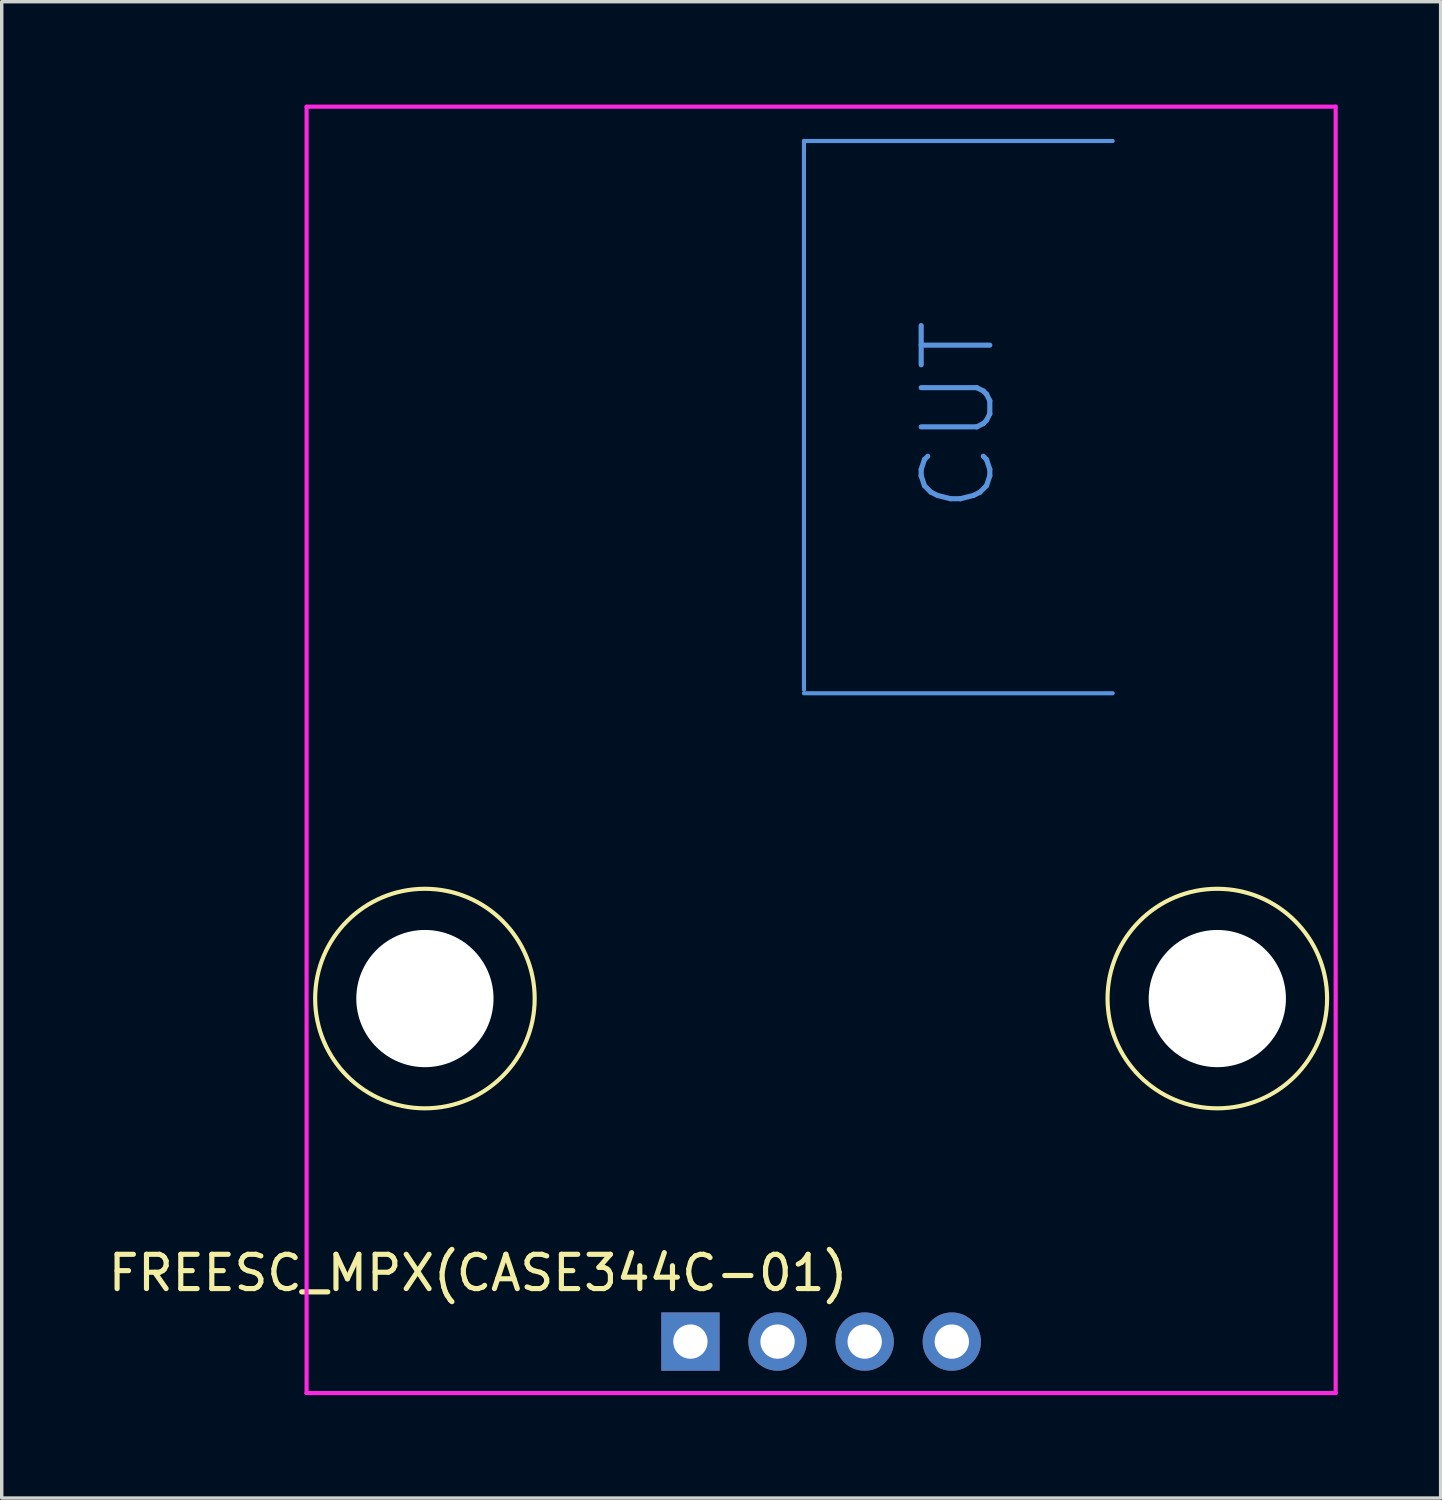
<source format=kicad_pcb>
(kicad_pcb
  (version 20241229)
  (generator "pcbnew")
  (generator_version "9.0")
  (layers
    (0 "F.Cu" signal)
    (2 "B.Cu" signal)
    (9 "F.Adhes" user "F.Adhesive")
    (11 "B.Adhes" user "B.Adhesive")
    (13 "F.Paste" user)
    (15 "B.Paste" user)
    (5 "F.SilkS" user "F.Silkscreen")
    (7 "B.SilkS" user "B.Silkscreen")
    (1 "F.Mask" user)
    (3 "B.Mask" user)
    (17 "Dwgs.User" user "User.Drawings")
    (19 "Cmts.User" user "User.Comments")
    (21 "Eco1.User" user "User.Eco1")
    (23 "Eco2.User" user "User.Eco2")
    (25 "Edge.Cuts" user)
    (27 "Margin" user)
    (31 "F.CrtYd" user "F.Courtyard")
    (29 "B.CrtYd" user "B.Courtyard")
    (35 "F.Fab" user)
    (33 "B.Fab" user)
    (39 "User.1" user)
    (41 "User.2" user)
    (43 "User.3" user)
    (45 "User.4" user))
  (footprint "FREESC_MPX(CASE344C-01)"
    (layer "F.Cu")
    (at 20.887 37.06)
    (property "Reference" "FREESC_MPX(CASE344C-01)" (at -10 -3 0) (layer "F.SilkS") (effects (font (size 1 1) (thickness 0.15))))
    (attr through_hole)
    (fp_circle (center -11.55 -11) (end -8.35 -11) (stroke (width 0.12) (type solid)) (fill no) (layer "F.SilkS"))
    (fp_circle (center 11.55 -11) (end 14.75 -11) (stroke (width 0.12) (type solid)) (fill no) (layer "F.SilkS"))
    (fp_line (start 8.5 -36) (end 8.5 -20) (stroke (width 0.12) (type solid)) (layer "B.Adhes"))
    (fp_line (start -0.5 -36) (end 8.5 -36) (stroke (width 0.12) (type solid)) (layer "Cmts.User"))
    (fp_line (start -0.5 -20) (end -0.5 -36) (stroke (width 0.12) (type solid)) (layer "Cmts.User"))
    (fp_line (start -0.5 -19.9) (end 8.5 -19.9) (stroke (width 0.12) (type solid)) (layer "Cmts.User"))
    (fp_line (start -15 -37) (end 15 -37) (stroke (width 0.12) (type solid)) (layer "F.CrtYd"))
    (fp_line (start -15 0.5) (end -15 -37) (stroke (width 0.12) (type solid)) (layer "F.CrtYd"))
    (fp_line (start 15 -37) (end 15 0.5) (stroke (width 0.12) (type solid)) (layer "F.CrtYd"))
    (fp_line (start 15 0.5) (end -15 0.5) (stroke (width 0.12) (type solid)) (layer "F.CrtYd"))
    (fp_text user "CUT" (at 4 -28 90) (layer "Cmts.User") (effects (font (size 2 2) (thickness 0.15))))
    (pad "" np_thru_hole circle (at -11.55 -11) (size 4 4) (drill 4) (layers "*.Cu" "*.Mask"))
    (pad "" np_thru_hole circle (at 11.55 -11) (size 4 4) (drill 4) (layers "*.Cu" "*.Mask"))
    (pad "1" thru_hole rect (at -3.81 -1) (size 1.7 1.7) (drill 1) (layers "*.Cu" "*.Mask"))
    (pad "2" thru_hole oval (at -1.27 -1) (size 1.7 1.7) (drill 1) (layers "*.Cu" "*.Mask"))
    (pad "3" thru_hole oval (at 1.27 -1) (size 1.7 1.7) (drill 1) (layers "*.Cu" "*.Mask"))
    (pad "4" thru_hole oval (at 3.81 -1) (size 1.7 1.7) (drill 1) (layers "*.Cu" "*.Mask")))
  (gr_rect
    (start -3 -3)
    (end 38.947 40.62)
    (stroke (width 0.1) (type default))
    (fill no)
    (layer "Edge.Cuts")))
</source>
